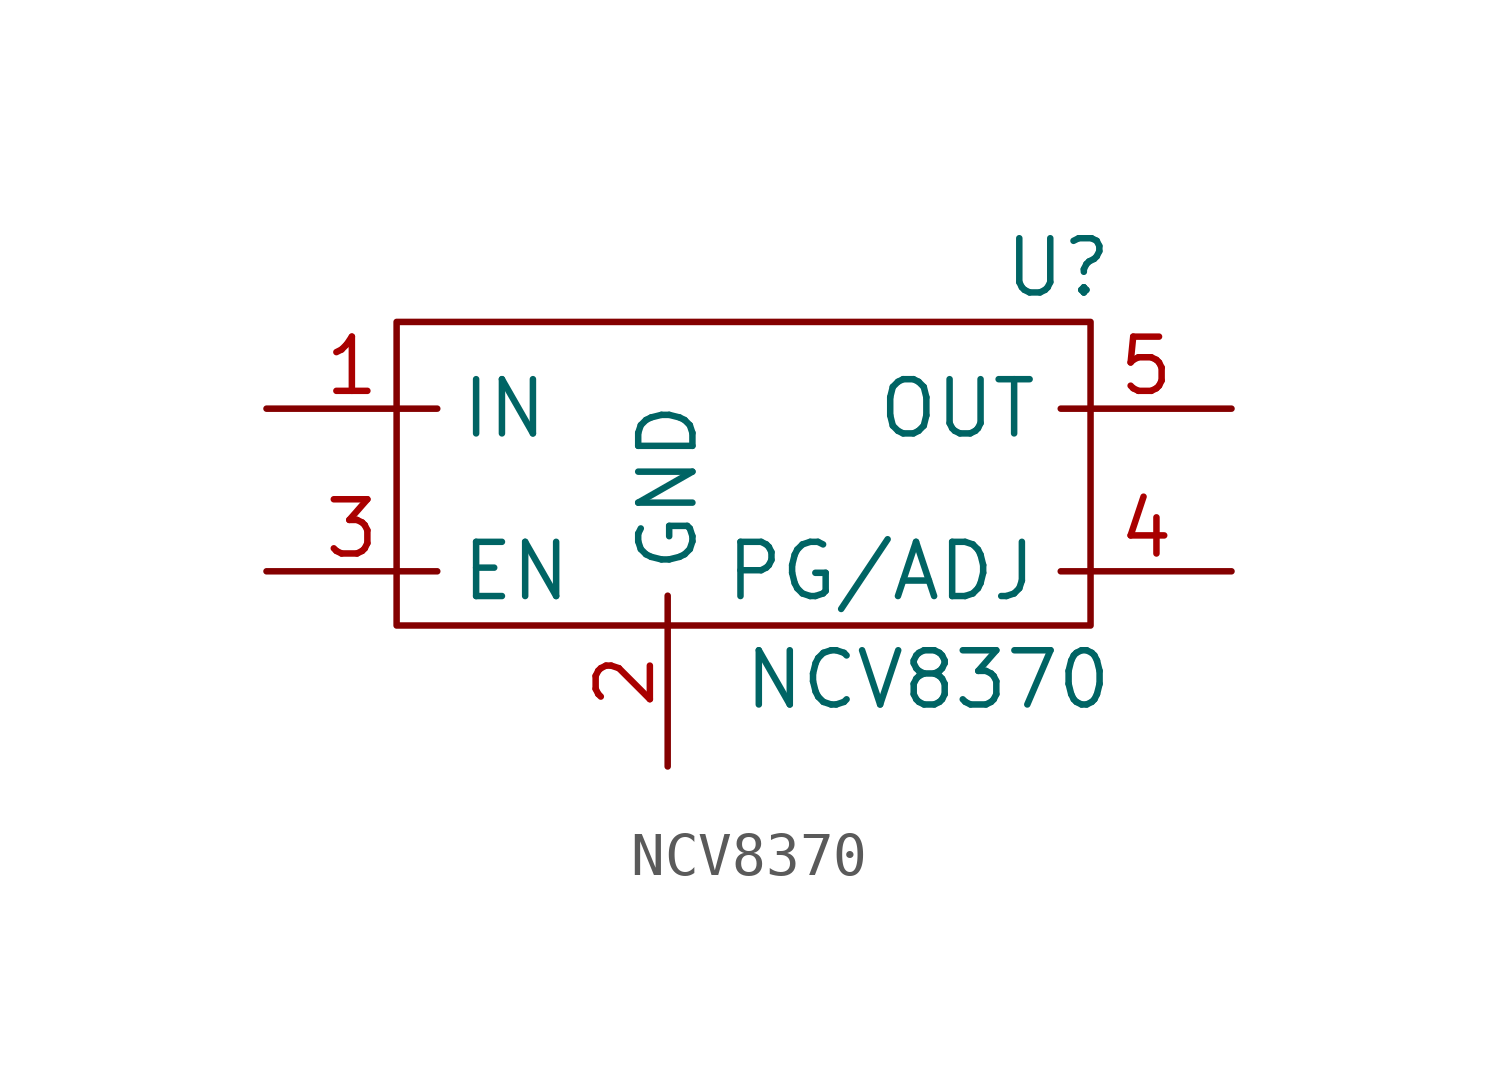
<source format=kicad_sym>
(kicad_symbol_lib
  (version 20211014)
  (generator kicad_symbol_editor)
  (symbol "NCV8370"
    (property "Reference" "U"
      (at 15.494 8.382 0)
      (effects (font (size 1.27 1.27))))
    (property "Value" "NCV8370"
      (at 12.446 -1.27 0)
      (effects (font (size 1.27 1.27))))
    (symbol "NCV8370_0_1"
      (polyline (pts (xy 0 0) (xy 16.256 0) (xy 16.256 7.112) (xy 0 7.112) (xy 0 0)) (stroke (width 0) (type default) (color 0 0 0 0)) (fill (type none))))
    (symbol "NCV8370_1_1"
      (pin free line (at -3.048 5.08 0) (length 4) (name "IN" (effects (font (size 1.27 1.27)))) (number "1" (effects (font (size 1.27 1.27)))))
      (pin free line (at 6.35 -3.302 90) (length 4) (name "GND" (effects (font (size 1.27 1.27)))) (number "2" (effects (font (size 1.27 1.27)))))
      (pin free line (at -3.048 1.27 0) (length 4) (name "EN" (effects (font (size 1.27 1.27)))) (number "3" (effects (font (size 1.27 1.27)))))
      (pin free line (at 19.558 1.27 180) (length 4) (name "PG/ADJ" (effects (font (size 1.27 1.27)))) (number "4" (effects (font (size 1.27 1.27)))))
      (pin free line (at 19.558 5.08 180) (length 4) (name "OUT" (effects (font (size 1.27 1.27)))) (number "5" (effects (font (size 1.27 1.27))))))))
</source>
